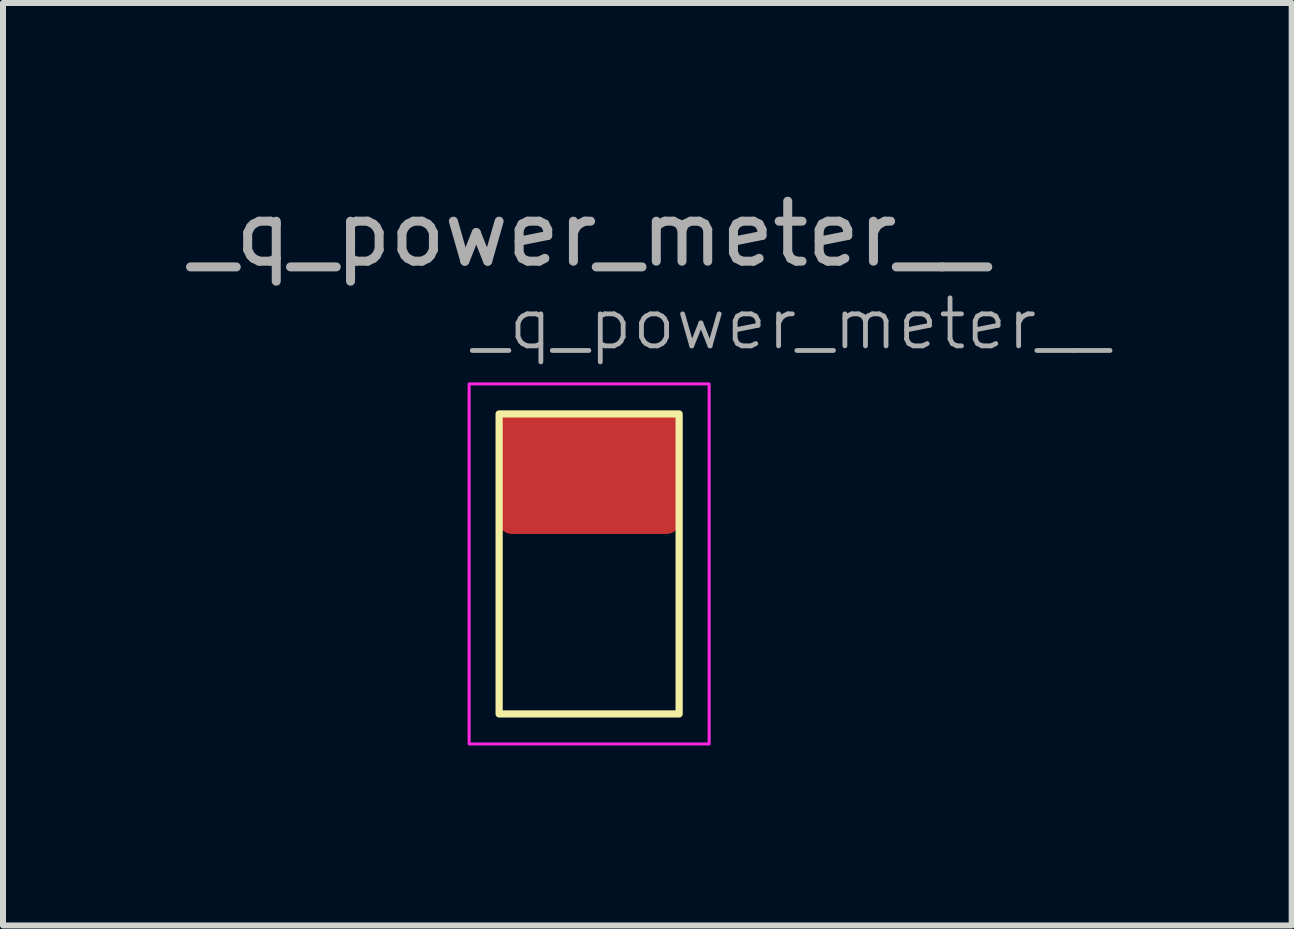
<source format=kicad_pcb>
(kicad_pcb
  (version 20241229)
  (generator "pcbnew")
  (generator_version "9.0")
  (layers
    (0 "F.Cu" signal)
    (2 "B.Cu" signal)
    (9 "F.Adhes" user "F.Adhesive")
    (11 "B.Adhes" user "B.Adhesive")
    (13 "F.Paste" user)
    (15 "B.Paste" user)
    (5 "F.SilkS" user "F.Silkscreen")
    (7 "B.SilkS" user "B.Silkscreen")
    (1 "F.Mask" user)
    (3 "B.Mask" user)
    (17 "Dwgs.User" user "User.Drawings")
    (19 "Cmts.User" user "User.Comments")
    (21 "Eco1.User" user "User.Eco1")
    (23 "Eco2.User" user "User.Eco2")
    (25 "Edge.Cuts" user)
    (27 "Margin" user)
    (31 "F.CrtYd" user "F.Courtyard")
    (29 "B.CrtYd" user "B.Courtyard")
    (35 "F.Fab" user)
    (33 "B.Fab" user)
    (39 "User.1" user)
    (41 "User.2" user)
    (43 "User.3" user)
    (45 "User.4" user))
  (footprint "_q_power_meter__"
    (layer "F.Cu")
    (at 5.268 3.848)
    (property "Reference" "_q_power_meter__" (at -0.5 -1.5 0) (unlocked yes) (layer "F.Fab") (effects (font (size 0.8 0.8) (thickness 0.08)) (justify left)))
    (attr smd)
    (fp_rect (start 0 0) (end 3 5) (stroke (width 0.12) (type solid)) (fill no) (layer "F.SilkS"))
    (fp_rect (start -0.5 -0.5) (end 3.5 5.5) (stroke (width 0.05) (type solid)) (fill no) (layer "F.CrtYd"))
    (fp_text user "${REFERENCE}" (at 1.5 -3 0) (unlocked yes) (layer "F.Fab") (effects (font (size 1 1) (thickness 0.15))))
    (pad "1" smd roundrect (at 1.5 1) (size 3 2) (layers "F.Cu" "F.Mask" "F.Paste") (roundrect_rratio 0.1)))
  (gr_rect
    (start -3 -3)
    (end 18.476 12.373)
    (stroke (width 0.1) (type default))
    (fill no)
    (layer "Edge.Cuts")))
</source>
